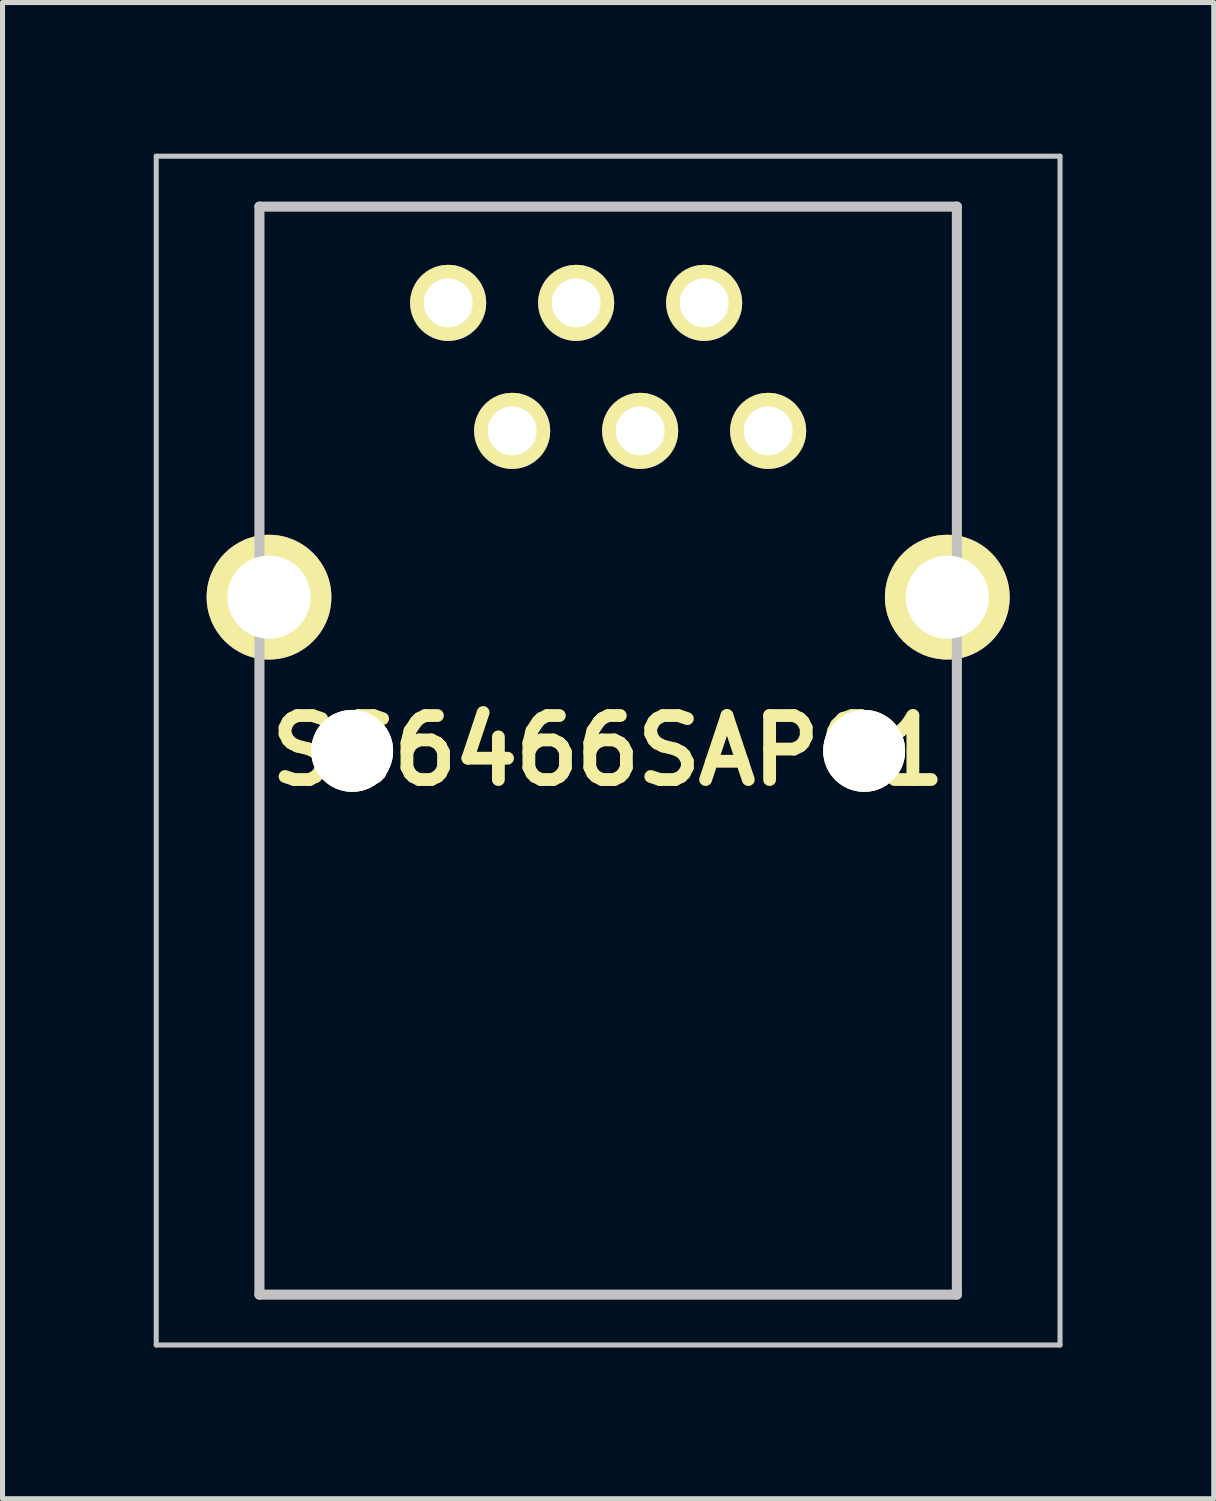
<source format=kicad_pcb>
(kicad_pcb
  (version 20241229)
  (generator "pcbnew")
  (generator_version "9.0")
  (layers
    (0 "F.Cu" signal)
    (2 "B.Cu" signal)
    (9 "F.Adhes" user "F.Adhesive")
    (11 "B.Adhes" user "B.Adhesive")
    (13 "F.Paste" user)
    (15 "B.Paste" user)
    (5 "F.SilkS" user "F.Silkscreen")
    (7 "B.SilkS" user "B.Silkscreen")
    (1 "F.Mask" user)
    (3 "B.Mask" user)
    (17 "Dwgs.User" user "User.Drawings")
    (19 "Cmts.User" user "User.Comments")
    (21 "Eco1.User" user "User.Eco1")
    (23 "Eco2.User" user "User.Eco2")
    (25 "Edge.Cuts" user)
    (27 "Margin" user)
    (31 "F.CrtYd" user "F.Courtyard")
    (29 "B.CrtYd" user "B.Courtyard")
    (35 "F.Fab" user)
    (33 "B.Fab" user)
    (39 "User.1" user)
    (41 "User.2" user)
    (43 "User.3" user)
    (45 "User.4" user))
  (footprint "SS6466SAPG1"
    (layer "F.Cu")
    (at 9.018 11.85)
    (property "Reference" "SS6466SAPG1" (at -0.001 -0.005 0) (layer "F.SilkS") (effects (font (size 1.27 1.27) (thickness 0.254))))
    (attr through_hole)
    (fp_line (start -6.92 -10.8) (end 6.92 -10.8) (stroke (width 0.1) (type solid)) (layer "F.SilkS"))
    (fp_line (start -6.92 -5.5) (end -6.92 -10.8) (stroke (width 0.1) (type solid)) (layer "F.SilkS"))
    (fp_line (start -6.92 2) (end -6.92 10.79) (stroke (width 0.1) (type solid)) (layer "F.SilkS"))
    (fp_line (start -6.92 10.79) (end 6.92 10.79) (stroke (width 0.1) (type solid)) (layer "F.SilkS"))
    (fp_line (start 6.92 -10.8) (end 6.92 -6) (stroke (width 0.1) (type solid)) (layer "F.SilkS"))
    (fp_line (start 6.92 10.79) (end 6.92 1.5) (stroke (width 0.1) (type solid)) (layer "F.SilkS"))
    (fp_line (start -8.968 -11.8) (end 8.967 -11.8) (stroke (width 0.1) (type solid)) (layer "Dwgs.User"))
    (fp_line (start -8.968 11.79) (end -8.968 -11.8) (stroke (width 0.1) (type solid)) (layer "Dwgs.User"))
    (fp_line (start -6.92 -10.8) (end 6.92 -10.8) (stroke (width 0.2) (type solid)) (layer "Dwgs.User"))
    (fp_line (start -6.92 10.79) (end -6.92 -10.8) (stroke (width 0.2) (type solid)) (layer "Dwgs.User"))
    (fp_line (start 6.92 -10.8) (end 6.92 10.79) (stroke (width 0.2) (type solid)) (layer "Dwgs.User"))
    (fp_line (start 6.92 10.79) (end -6.92 10.79) (stroke (width 0.2) (type solid)) (layer "Dwgs.User"))
    (fp_line (start 8.967 -11.8) (end 8.967 11.79) (stroke (width 0.1) (type solid)) (layer "Dwgs.User"))
    (fp_line (start 8.967 11.79) (end -8.968 11.79) (stroke (width 0.1) (type solid)) (layer "Dwgs.User"))
    (pad "1" thru_hole circle (at -3.175 -8.89 90) (size 1.509 1.509) (drill 0.97) (layers "*.Cu" "*.Mask" "F.SilkS"))
    (pad "2" thru_hole circle (at -1.905 -6.35 90) (size 1.509 1.509) (drill 0.97) (layers "*.Cu" "*.Mask" "F.SilkS"))
    (pad "3" thru_hole circle (at -0.635 -8.89 90) (size 1.509 1.509) (drill 0.97) (layers "*.Cu" "*.Mask" "F.SilkS"))
    (pad "4" thru_hole circle (at 0.635 -6.35 90) (size 1.509 1.509) (drill 0.97) (layers "*.Cu" "*.Mask" "F.SilkS"))
    (pad "5" thru_hole circle (at 1.905 -8.89 90) (size 1.509 1.509) (drill 0.97) (layers "*.Cu" "*.Mask" "F.SilkS"))
    (pad "6" thru_hole circle (at 3.175 -6.35 90) (size 1.509 1.509) (drill 0.97) (layers "*.Cu" "*.Mask" "F.SilkS"))
    (pad "MH1" thru_hole circle (at -6.73 -3.05 90) (size 2.475 2.475) (drill 1.65) (layers "*.Cu" "*.Mask" "F.SilkS"))
    (pad "MH2" thru_hole circle (at 6.73 -3.05 90) (size 2.475 2.475) (drill 1.65) (layers "*.Cu" "*.Mask" "F.SilkS"))
    (pad "MH3" thru_hole circle (at -5.08 0 90) (size 1.625 1.625) (drill 3.25) (layers "*.Cu" "*.Mask" "F.SilkS"))
    (pad "MH4" thru_hole circle (at 5.08 0 90) (size 1.625 1.625) (drill 3.25) (layers "*.Cu" "*.Mask" "F.SilkS")))
  (gr_rect
    (start -3 -3)
    (end 21.035 26.69)
    (stroke (width 0.1) (type default))
    (fill no)
    (layer "Edge.Cuts")))
</source>
